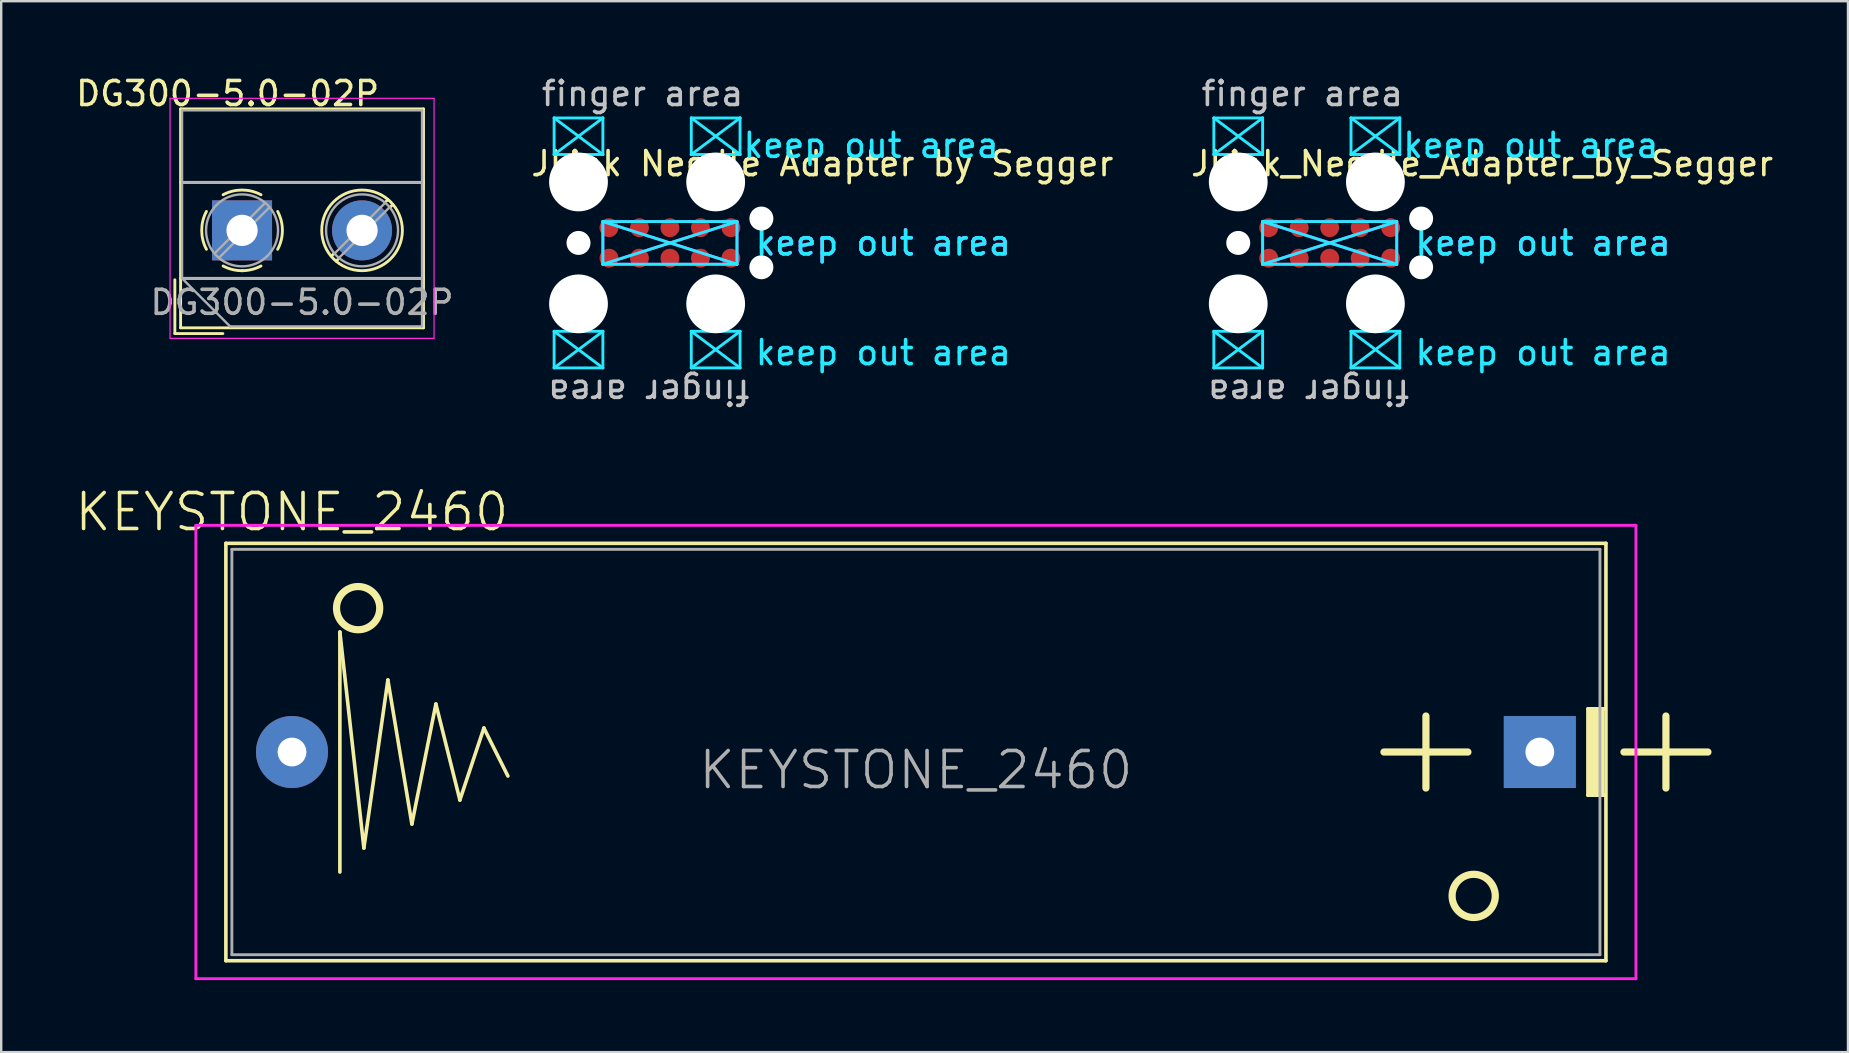
<source format=kicad_pcb>
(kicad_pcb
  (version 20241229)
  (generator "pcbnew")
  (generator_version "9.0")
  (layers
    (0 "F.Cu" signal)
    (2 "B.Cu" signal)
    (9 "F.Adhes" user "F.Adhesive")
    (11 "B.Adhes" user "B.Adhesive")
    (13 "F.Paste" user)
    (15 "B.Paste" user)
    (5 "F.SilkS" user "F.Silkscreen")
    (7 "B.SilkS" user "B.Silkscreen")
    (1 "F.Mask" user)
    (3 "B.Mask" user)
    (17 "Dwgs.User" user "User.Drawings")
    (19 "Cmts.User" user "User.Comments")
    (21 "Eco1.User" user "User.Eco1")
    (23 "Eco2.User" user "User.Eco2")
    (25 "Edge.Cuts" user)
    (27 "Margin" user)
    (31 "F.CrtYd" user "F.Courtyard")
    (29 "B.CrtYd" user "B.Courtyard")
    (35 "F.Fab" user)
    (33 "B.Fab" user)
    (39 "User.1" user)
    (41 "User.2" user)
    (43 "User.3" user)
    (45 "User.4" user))
  (footprint "DG300-5.0-02P"
    (layer "F.Cu")
    (at 7.035 6.548)
    (property "Reference" "DG300-5.0-02P" (at -0.6 -5.7 0) (layer "F.SilkS") (effects (font (size 1 1) (thickness 0.15))))
    (attr through_hole)
    (fp_line (start -2.8 2.06) (end -2.8 4.3) (stroke (width 0.12) (type solid)) (layer "F.SilkS"))
    (fp_line (start -2.8 4.3) (end -0.8 4.3) (stroke (width 0.12) (type solid)) (layer "F.SilkS"))
    (fp_line (start -2.56 -5.06) (end -2.56 4.06) (stroke (width 0.12) (type solid)) (layer "F.SilkS"))
    (fp_line (start -2.56 -5.06) (end 7.56 -5.06) (stroke (width 0.12) (type solid)) (layer "F.SilkS"))
    (fp_line (start -2.56 -2) (end 7.56 -2) (stroke (width 0.12) (type solid)) (layer "F.SilkS"))
    (fp_line (start -2.56 2) (end 7.56 2) (stroke (width 0.12) (type solid)) (layer "F.SilkS"))
    (fp_line (start -2.56 4.06) (end 7.56 4.06) (stroke (width 0.12) (type solid)) (layer "F.SilkS"))
    (fp_line (start 3.82 0.976) (end 3.726 1.069) (stroke (width 0.12) (type solid)) (layer "F.SilkS"))
    (fp_line (start 3.99 1.216) (end 3.931 1.274) (stroke (width 0.12) (type solid)) (layer "F.SilkS"))
    (fp_line (start 6.07 -1.275) (end 6.011 -1.216) (stroke (width 0.12) (type solid)) (layer "F.SilkS"))
    (fp_line (start 6.275 -1.069) (end 6.181 -0.976) (stroke (width 0.12) (type solid)) (layer "F.SilkS"))
    (fp_line (start 7.56 -5.06) (end 7.56 4.06) (stroke (width 0.12) (type solid)) (layer "F.SilkS"))
    (fp_arc (start -1.483953 0.789089) (mid -1.680708 0.00005) (end -1.484 -0.789) (stroke (width 0.12) (type solid)) (layer "F.SilkS"))
    (fp_arc (start -0.789089 -1.483953) (mid -0.00005 -1.680708) (end 0.789 -1.484) (stroke (width 0.12) (type solid)) (layer "F.SilkS"))
    (fp_arc (start 0.029383 1.68045) (mid -0.392304 1.634281) (end -0.789 1.484) (stroke (width 0.12) (type solid)) (layer "F.SilkS"))
    (fp_arc (start 0.788712 1.483352) (mid 0.406429 1.630097) (end 0 1.68) (stroke (width 0.12) (type solid)) (layer "F.SilkS"))
    (fp_arc (start 1.483953 -0.789089) (mid 1.680708 -0.00005) (end 1.484 0.789) (stroke (width 0.12) (type solid)) (layer "F.SilkS"))
    (fp_circle (center 5 0) (end 6.68 0) (stroke (width 0.12) (type solid)) (fill no) (layer "F.SilkS"))
    (fp_line (start -3 -5.5) (end -3 4.5) (stroke (width 0.05) (type solid)) (layer "F.CrtYd"))
    (fp_line (start -3 4.5) (end 8 4.5) (stroke (width 0.05) (type solid)) (layer "F.CrtYd"))
    (fp_line (start 8 -5.5) (end -3 -5.5) (stroke (width 0.05) (type solid)) (layer "F.CrtYd"))
    (fp_line (start 8 4.5) (end 8 -5.5) (stroke (width 0.05) (type solid)) (layer "F.CrtYd"))
    (fp_line (start -2.5 -5) (end 7.5 -5) (stroke (width 0.1) (type solid)) (layer "F.Fab"))
    (fp_line (start -2.5 -2) (end 7.5 -2) (stroke (width 0.1) (type solid)) (layer "F.Fab"))
    (fp_line (start -2.5 2) (end -2.5 -5) (stroke (width 0.1) (type solid)) (layer "F.Fab"))
    (fp_line (start -2.5 2) (end 7.5 2) (stroke (width 0.1) (type solid)) (layer "F.Fab"))
    (fp_line (start -0.5 4) (end -2.5 2) (stroke (width 0.1) (type solid)) (layer "F.Fab"))
    (fp_line (start 0.955 -1.138) (end -1.138 0.955) (stroke (width 0.1) (type solid)) (layer "F.Fab"))
    (fp_line (start 1.138 -0.955) (end -0.955 1.138) (stroke (width 0.1) (type solid)) (layer "F.Fab"))
    (fp_line (start 5.955 -1.138) (end 3.863 0.955) (stroke (width 0.1) (type solid)) (layer "F.Fab"))
    (fp_line (start 6.138 -0.955) (end 4.046 1.138) (stroke (width 0.1) (type solid)) (layer "F.Fab"))
    (fp_line (start 7.5 -5) (end 7.5 4) (stroke (width 0.1) (type solid)) (layer "F.Fab"))
    (fp_line (start 7.5 4) (end -0.5 4) (stroke (width 0.1) (type solid)) (layer "F.Fab"))
    (fp_circle (center 0 0) (end 1.5 0) (stroke (width 0.1) (type solid)) (fill no) (layer "F.Fab"))
    (fp_circle (center 5 0) (end 6.5 0) (stroke (width 0.1) (type solid)) (fill no) (layer "F.Fab"))
    (fp_text user "${REFERENCE}" (at 2.5 3 0) (layer "F.Fab") (effects (font (size 1 1) (thickness 0.15))))
    (pad "1" thru_hole rect (at 0 0) (size 2.5 2.5) (drill 1.3) (layers "*.Cu" "*.Mask"))
    (pad "2" thru_hole circle (at 5 0) (size 2.5 2.5) (drill 1.3) (layers "*.Cu" "*.Mask")))
  (footprint "JLink Needle Adapter by Segger"
    (layer "F.Cu")
    (at 21.053 7.071)
    (property "Reference" "JLink Needle Adapter by Segger" (at 10.16 -3.302 0) (layer "F.SilkS") (effects (font (size 1 1) (thickness 0.15))))
    (attr through_hole)
    (fp_line (start -1.016 -5.207) (end -1.016 -3.683) (stroke (width 0.12) (type solid)) (layer "B.CrtYd"))
    (fp_line (start -1.016 -5.207) (end 1.016 -3.683) (stroke (width 0.12) (type solid)) (layer "B.CrtYd"))
    (fp_line (start -1.016 -3.683) (end 1.016 -3.683) (stroke (width 0.12) (type solid)) (layer "B.CrtYd"))
    (fp_line (start -1.016 3.683) (end -1.016 5.207) (stroke (width 0.12) (type solid)) (layer "B.CrtYd"))
    (fp_line (start -1.016 5.207) (end 1.016 3.683) (stroke (width 0.12) (type solid)) (layer "B.CrtYd"))
    (fp_line (start -1.016 5.207) (end 1.016 5.207) (stroke (width 0.12) (type solid)) (layer "B.CrtYd"))
    (fp_line (start 1.016 -5.207) (end -1.016 -5.207) (stroke (width 0.12) (type solid)) (layer "B.CrtYd"))
    (fp_line (start 1.016 -5.207) (end -1.016 -3.683) (stroke (width 0.12) (type solid)) (layer "B.CrtYd"))
    (fp_line (start 1.016 -3.683) (end 1.016 -5.207) (stroke (width 0.12) (type solid)) (layer "B.CrtYd"))
    (fp_line (start 1.016 -0.889) (end 1.016 0.889) (stroke (width 0.12) (type solid)) (layer "B.CrtYd"))
    (fp_line (start 1.016 -0.889) (end 6.604 -0.889) (stroke (width 0.12) (type solid)) (layer "B.CrtYd"))
    (fp_line (start 1.016 0.889) (end 6.604 -0.889) (stroke (width 0.12) (type solid)) (layer "B.CrtYd"))
    (fp_line (start 1.016 0.889) (end 6.604 0.889) (stroke (width 0.12) (type solid)) (layer "B.CrtYd"))
    (fp_line (start 1.016 3.683) (end -1.016 3.683) (stroke (width 0.12) (type solid)) (layer "B.CrtYd"))
    (fp_line (start 1.016 5.207) (end -1.016 3.683) (stroke (width 0.12) (type solid)) (layer "B.CrtYd"))
    (fp_line (start 1.016 5.207) (end 1.016 3.683) (stroke (width 0.12) (type solid)) (layer "B.CrtYd"))
    (fp_line (start 4.699 -5.207) (end 4.699 -3.683) (stroke (width 0.12) (type solid)) (layer "B.CrtYd"))
    (fp_line (start 4.699 -3.683) (end 6.731 -5.207) (stroke (width 0.12) (type solid)) (layer "B.CrtYd"))
    (fp_line (start 4.699 -3.683) (end 6.731 -3.683) (stroke (width 0.12) (type solid)) (layer "B.CrtYd"))
    (fp_line (start 4.699 3.683) (end 4.699 5.207) (stroke (width 0.12) (type solid)) (layer "B.CrtYd"))
    (fp_line (start 4.699 5.207) (end 6.731 3.683) (stroke (width 0.12) (type solid)) (layer "B.CrtYd"))
    (fp_line (start 4.699 5.207) (end 6.731 5.207) (stroke (width 0.12) (type solid)) (layer "B.CrtYd"))
    (fp_line (start 6.604 0.889) (end 1.016 -0.889) (stroke (width 0.12) (type solid)) (layer "B.CrtYd"))
    (fp_line (start 6.604 0.889) (end 6.604 -0.889) (stroke (width 0.12) (type solid)) (layer "B.CrtYd"))
    (fp_line (start 6.731 -5.207) (end 4.699 -5.207) (stroke (width 0.12) (type solid)) (layer "B.CrtYd"))
    (fp_line (start 6.731 -3.683) (end 4.699 -5.207) (stroke (width 0.12) (type solid)) (layer "B.CrtYd"))
    (fp_line (start 6.731 -3.683) (end 6.731 -5.207) (stroke (width 0.12) (type solid)) (layer "B.CrtYd"))
    (fp_line (start 6.731 3.683) (end 4.699 3.683) (stroke (width 0.12) (type solid)) (layer "B.CrtYd"))
    (fp_line (start 6.731 5.207) (end 4.699 3.683) (stroke (width 0.12) (type solid)) (layer "B.CrtYd"))
    (fp_line (start 6.731 5.207) (end 6.731 3.683) (stroke (width 0.12) (type solid)) (layer "B.CrtYd"))
    (fp_line (start 1.016 -0.889) (end 6.604 -0.889) (stroke (width 0.12) (type solid)) (layer "F.CrtYd"))
    (fp_line (start 1.016 0.889) (end 1.016 -0.889) (stroke (width 0.12) (type solid)) (layer "F.CrtYd"))
    (fp_line (start 1.016 0.889) (end 6.604 -0.889) (stroke (width 0.12) (type solid)) (layer "F.CrtYd"))
    (fp_line (start 1.143 0.889) (end 1.016 0.889) (stroke (width 0.12) (type solid)) (layer "F.CrtYd"))
    (fp_line (start 6.604 -0.889) (end 6.604 0.889) (stroke (width 0.12) (type solid)) (layer "F.CrtYd"))
    (fp_line (start 6.604 0.889) (end 1.016 -0.889) (stroke (width 0.12) (type solid)) (layer "F.CrtYd"))
    (fp_line (start 6.604 0.889) (end 1.143 0.889) (stroke (width 0.12) (type solid)) (layer "F.CrtYd"))
    (fp_text user "finger area" (at 2.921 6.223 180) (unlocked yes) (layer "Dwgs.User") (effects (font (size 1 1) (thickness 0.15))))
    (fp_text user "finger area" (at 2.667 -6.223 0) (layer "Dwgs.User") (effects (font (size 1 1) (thickness 0.15))))
    (fp_text user "keep out area" (at 12.192 -4.064 0) (layer "B.CrtYd") (effects (font (size 1 1) (thickness 0.15))))
    (fp_text user "keep out area" (at 12.7 4.572 0) (layer "B.CrtYd") (effects (font (size 1 1) (thickness 0.15))))
    (fp_text user "keep out area" (at 12.7 0 0) (layer "B.CrtYd") (effects (font (size 1 1) (thickness 0.15))))
    (fp_text user "keep out area" (at 12.7 0 0) (layer "F.CrtYd") (effects (font (size 1 1) (thickness 0.15))))
    (pad "" np_thru_hole circle (at 0 -2.54) (size 2.45 2.45) (drill 2.45) (layers "*.Cu" "*.Mask"))
    (pad "" np_thru_hole circle (at 0 0) (size 1 1) (drill 1) (layers "*.Cu" "*.Mask"))
    (pad "" np_thru_hole circle (at 0 2.54) (size 2.45 2.45) (drill 2.45) (layers "*.Cu" "*.Mask"))
    (pad "" np_thru_hole circle (at 5.715 -2.54) (size 2.45 2.45) (drill 2.45) (layers "*.Cu" "*.Mask"))
    (pad "" np_thru_hole circle (at 5.715 2.54) (size 2.45 2.45) (drill 2.45) (layers "*.Cu" "*.Mask"))
    (pad "" np_thru_hole circle (at 7.62 -1.015) (size 1 1) (drill 1) (layers "*.Cu" "*.Mask"))
    (pad "" np_thru_hole circle (at 7.62 1.015) (size 1 1) (drill 1) (layers "*.Cu" "*.Mask"))
    (pad "1" connect circle (at 1.27 0.635) (size 0.787 0.787) (layers "F.Cu" "F.Mask"))
    (pad "2" connect circle (at 2.54 0.635) (size 0.787 0.787) (layers "F.Cu" "F.Mask"))
    (pad "3" connect circle (at 3.81 0.635) (size 0.787 0.787) (layers "F.Cu" "F.Mask"))
    (pad "4" connect circle (at 5.08 0.635) (size 0.787 0.787) (layers "F.Cu" "F.Mask"))
    (pad "5" connect circle (at 6.35 0.635) (size 0.787 0.787) (layers "F.Cu" "F.Mask"))
    (pad "6" connect circle (at 6.35 -0.635) (size 0.787 0.787) (layers "F.Cu" "F.Mask"))
    (pad "7" connect circle (at 5.08 -0.635) (size 0.787 0.787) (layers "F.Cu" "F.Mask"))
    (pad "8" connect circle (at 3.81 -0.635) (size 0.787 0.787) (layers "F.Cu" "F.Mask"))
    (pad "9" connect circle (at 2.54 -0.635) (size 0.787 0.787) (layers "F.Cu" "F.Mask"))
    (pad "10" connect circle (at 1.27 -0.635) (size 0.787 0.787) (layers "F.Cu" "F.Mask")))
  (footprint "KEYSTONE_2460"
    (layer "F.Cu")
    (at 35.111 28.283)
    (property "Reference" "KEYSTONE_2460" (at -26 -10 0) (layer "F.SilkS") (effects (font (size 1.5 1.5) (thickness 0.15))))
    (attr through_hole)
    (fp_line (start -28.75 -8.695) (end 28.75 -8.695) (stroke (width 0.15) (type solid)) (layer "F.SilkS"))
    (fp_line (start -28.75 8.695) (end -28.75 -8.695) (stroke (width 0.15) (type solid)) (layer "F.SilkS"))
    (fp_line (start -24 -5) (end -23 4) (stroke (width 0.15) (type solid)) (layer "F.SilkS"))
    (fp_line (start -24 5) (end -24 -5) (stroke (width 0.15) (type solid)) (layer "F.SilkS"))
    (fp_line (start -23 4) (end -22 -3) (stroke (width 0.15) (type solid)) (layer "F.SilkS"))
    (fp_line (start -22 -3) (end -21 3) (stroke (width 0.15) (type solid)) (layer "F.SilkS"))
    (fp_line (start -21 3) (end -20 -2) (stroke (width 0.15) (type solid)) (layer "F.SilkS"))
    (fp_line (start -20 -2) (end -19 2) (stroke (width 0.15) (type solid)) (layer "F.SilkS"))
    (fp_line (start -19 2) (end -18 -1) (stroke (width 0.15) (type solid)) (layer "F.SilkS"))
    (fp_line (start -18 -1) (end -17 1) (stroke (width 0.15) (type solid)) (layer "F.SilkS"))
    (fp_line (start 19.5 0) (end 23 0) (stroke (width 0.3) (type solid)) (layer "F.SilkS"))
    (fp_line (start 21.25 1.5) (end 21.25 -1.5) (stroke (width 0.3) (type solid)) (layer "F.SilkS"))
    (fp_line (start 28 -1.8) (end 28 1.8) (stroke (width 0.15) (type solid)) (layer "F.SilkS"))
    (fp_line (start 28 1.8) (end 28.7 1.8) (stroke (width 0.15) (type solid)) (layer "F.SilkS"))
    (fp_line (start 28.1 1.8) (end 28.1 -1.8) (stroke (width 0.15) (type solid)) (layer "F.SilkS"))
    (fp_line (start 28.2 1.8) (end 28.2 -1.8) (stroke (width 0.15) (type solid)) (layer "F.SilkS"))
    (fp_line (start 28.3 1.8) (end 28.3 -1.8) (stroke (width 0.15) (type solid)) (layer "F.SilkS"))
    (fp_line (start 28.4 1.8) (end 28.4 -1.8) (stroke (width 0.15) (type solid)) (layer "F.SilkS"))
    (fp_line (start 28.5 1.8) (end 28.5 -1.8) (stroke (width 0.15) (type solid)) (layer "F.SilkS"))
    (fp_line (start 28.6 1.8) (end 28.6 -1.8) (stroke (width 0.15) (type solid)) (layer "F.SilkS"))
    (fp_line (start 28.7 -1.8) (end 28 -1.8) (stroke (width 0.15) (type solid)) (layer "F.SilkS"))
    (fp_line (start 28.75 -8.695) (end 28.75 8.695) (stroke (width 0.15) (type solid)) (layer "F.SilkS"))
    (fp_line (start 28.75 8.695) (end -28.75 8.695) (stroke (width 0.15) (type solid)) (layer "F.SilkS"))
    (fp_line (start 29.5 0) (end 33 0) (stroke (width 0.3) (type solid)) (layer "F.SilkS"))
    (fp_line (start 31.25 1.5) (end 31.25 -1.5) (stroke (width 0.3) (type solid)) (layer "F.SilkS"))
    (fp_circle (center -23.24 -5.995) (end -22.34 -5.995) (stroke (width 0.3) (type solid)) (fill no) (layer "F.SilkS"))
    (fp_circle (center 23.24 5.995) (end 24.14 5.995) (stroke (width 0.3) (type solid)) (fill no) (layer "F.SilkS"))
    (fp_line (start -30 -9.445) (end 30 -9.445) (stroke (width 0.12) (type solid)) (layer "F.CrtYd"))
    (fp_line (start -30 9.445) (end -30 -9.445) (stroke (width 0.12) (type solid)) (layer "F.CrtYd"))
    (fp_line (start 30 -9.445) (end 30 9.445) (stroke (width 0.12) (type solid)) (layer "F.CrtYd"))
    (fp_line (start 30 9.445) (end -30 9.445) (stroke (width 0.12) (type solid)) (layer "F.CrtYd"))
    (fp_line (start -28.5 -8.445) (end -28.5 8.445) (stroke (width 0.12) (type solid)) (layer "F.Fab"))
    (fp_line (start 28.5 -8.445) (end -28.5 -8.445) (stroke (width 0.12) (type solid)) (layer "F.Fab"))
    (fp_line (start 28.5 -8.445) (end 28.5 8.445) (stroke (width 0.12) (type solid)) (layer "F.Fab"))
    (fp_line (start 28.5 8.445) (end -28.5 8.445) (stroke (width 0.12) (type solid)) (layer "F.Fab"))
    (fp_text user "${REFERENCE}" (at 0 0.75 0) (layer "F.Fab") (effects (font (size 1.5 1.5) (thickness 0.15))))
    (pad "1" thru_hole rect (at 25.995 0) (size 3 3) (drill 1.2) (layers "*.Cu" "*.Mask"))
    (pad "2" thru_hole circle (at -25.995 0) (size 3 3) (drill 1.2) (layers "*.Cu" "*.Mask")))
  (footprint "JLink_Needle_Adapter_by_Segger"
    (layer "F.Cu")
    (at 48.541 7.071)
    (property "Reference" "JLink_Needle_Adapter_by_Segger" (at 10.16 -3.302 0) (layer "F.SilkS") (effects (font (size 1 1) (thickness 0.15))))
    (attr through_hole)
    (fp_line (start -1.016 -5.207) (end -1.016 -3.683) (stroke (width 0.12) (type solid)) (layer "B.CrtYd"))
    (fp_line (start -1.016 -5.207) (end 1.016 -3.683) (stroke (width 0.12) (type solid)) (layer "B.CrtYd"))
    (fp_line (start -1.016 -3.683) (end 1.016 -3.683) (stroke (width 0.12) (type solid)) (layer "B.CrtYd"))
    (fp_line (start -1.016 3.683) (end -1.016 5.207) (stroke (width 0.12) (type solid)) (layer "B.CrtYd"))
    (fp_line (start -1.016 5.207) (end 1.016 3.683) (stroke (width 0.12) (type solid)) (layer "B.CrtYd"))
    (fp_line (start -1.016 5.207) (end 1.016 5.207) (stroke (width 0.12) (type solid)) (layer "B.CrtYd"))
    (fp_line (start 1.016 -5.207) (end -1.016 -5.207) (stroke (width 0.12) (type solid)) (layer "B.CrtYd"))
    (fp_line (start 1.016 -5.207) (end -1.016 -3.683) (stroke (width 0.12) (type solid)) (layer "B.CrtYd"))
    (fp_line (start 1.016 -3.683) (end 1.016 -5.207) (stroke (width 0.12) (type solid)) (layer "B.CrtYd"))
    (fp_line (start 1.016 -0.889) (end 1.016 0.889) (stroke (width 0.12) (type solid)) (layer "B.CrtYd"))
    (fp_line (start 1.016 -0.889) (end 6.604 -0.889) (stroke (width 0.12) (type solid)) (layer "B.CrtYd"))
    (fp_line (start 1.016 0.889) (end 6.604 -0.889) (stroke (width 0.12) (type solid)) (layer "B.CrtYd"))
    (fp_line (start 1.016 0.889) (end 6.604 0.889) (stroke (width 0.12) (type solid)) (layer "B.CrtYd"))
    (fp_line (start 1.016 3.683) (end -1.016 3.683) (stroke (width 0.12) (type solid)) (layer "B.CrtYd"))
    (fp_line (start 1.016 5.207) (end -1.016 3.683) (stroke (width 0.12) (type solid)) (layer "B.CrtYd"))
    (fp_line (start 1.016 5.207) (end 1.016 3.683) (stroke (width 0.12) (type solid)) (layer "B.CrtYd"))
    (fp_line (start 4.699 -5.207) (end 4.699 -3.683) (stroke (width 0.12) (type solid)) (layer "B.CrtYd"))
    (fp_line (start 4.699 -3.683) (end 6.731 -5.207) (stroke (width 0.12) (type solid)) (layer "B.CrtYd"))
    (fp_line (start 4.699 -3.683) (end 6.731 -3.683) (stroke (width 0.12) (type solid)) (layer "B.CrtYd"))
    (fp_line (start 4.699 3.683) (end 4.699 5.207) (stroke (width 0.12) (type solid)) (layer "B.CrtYd"))
    (fp_line (start 4.699 5.207) (end 6.731 3.683) (stroke (width 0.12) (type solid)) (layer "B.CrtYd"))
    (fp_line (start 4.699 5.207) (end 6.731 5.207) (stroke (width 0.12) (type solid)) (layer "B.CrtYd"))
    (fp_line (start 6.604 0.889) (end 1.016 -0.889) (stroke (width 0.12) (type solid)) (layer "B.CrtYd"))
    (fp_line (start 6.604 0.889) (end 6.604 -0.889) (stroke (width 0.12) (type solid)) (layer "B.CrtYd"))
    (fp_line (start 6.731 -5.207) (end 4.699 -5.207) (stroke (width 0.12) (type solid)) (layer "B.CrtYd"))
    (fp_line (start 6.731 -3.683) (end 4.699 -5.207) (stroke (width 0.12) (type solid)) (layer "B.CrtYd"))
    (fp_line (start 6.731 -3.683) (end 6.731 -5.207) (stroke (width 0.12) (type solid)) (layer "B.CrtYd"))
    (fp_line (start 6.731 3.683) (end 4.699 3.683) (stroke (width 0.12) (type solid)) (layer "B.CrtYd"))
    (fp_line (start 6.731 5.207) (end 4.699 3.683) (stroke (width 0.12) (type solid)) (layer "B.CrtYd"))
    (fp_line (start 6.731 5.207) (end 6.731 3.683) (stroke (width 0.12) (type solid)) (layer "B.CrtYd"))
    (fp_line (start 1.016 -0.889) (end 6.604 -0.889) (stroke (width 0.12) (type solid)) (layer "F.CrtYd"))
    (fp_line (start 1.016 0.889) (end 1.016 -0.889) (stroke (width 0.12) (type solid)) (layer "F.CrtYd"))
    (fp_line (start 1.016 0.889) (end 6.604 -0.889) (stroke (width 0.12) (type solid)) (layer "F.CrtYd"))
    (fp_line (start 1.143 0.889) (end 1.016 0.889) (stroke (width 0.12) (type solid)) (layer "F.CrtYd"))
    (fp_line (start 6.604 -0.889) (end 6.604 0.889) (stroke (width 0.12) (type solid)) (layer "F.CrtYd"))
    (fp_line (start 6.604 0.889) (end 1.016 -0.889) (stroke (width 0.12) (type solid)) (layer "F.CrtYd"))
    (fp_line (start 6.604 0.889) (end 1.143 0.889) (stroke (width 0.12) (type solid)) (layer "F.CrtYd"))
    (fp_text user "finger area" (at 2.667 -6.223 0) (layer "Dwgs.User") (effects (font (size 1 1) (thickness 0.15))))
    (fp_text user "finger area" (at 2.921 6.223 180) (unlocked yes) (layer "Dwgs.User") (effects (font (size 1 1) (thickness 0.15))))
    (fp_text user "keep out area" (at 12.192 -4.064 0) (layer "B.CrtYd") (effects (font (size 1 1) (thickness 0.15))))
    (fp_text user "keep out area" (at 12.7 4.572 0) (layer "B.CrtYd") (effects (font (size 1 1) (thickness 0.15))))
    (fp_text user "keep out area" (at 12.7 0 0) (layer "B.CrtYd") (effects (font (size 1 1) (thickness 0.15))))
    (fp_text user "keep out area" (at 12.7 0 0) (layer "F.CrtYd") (effects (font (size 1 1) (thickness 0.15))))
    (pad "" np_thru_hole circle (at 0 -2.54) (size 2.45 2.45) (drill 2.45) (layers "*.Cu" "*.Mask"))
    (pad "" np_thru_hole circle (at 0 0) (size 1 1) (drill 1) (layers "*.Cu" "*.Mask"))
    (pad "" np_thru_hole circle (at 0 2.54) (size 2.45 2.45) (drill 2.45) (layers "*.Cu" "*.Mask"))
    (pad "" np_thru_hole circle (at 5.715 -2.54) (size 2.45 2.45) (drill 2.45) (layers "*.Cu" "*.Mask"))
    (pad "" np_thru_hole circle (at 5.715 2.54) (size 2.45 2.45) (drill 2.45) (layers "*.Cu" "*.Mask"))
    (pad "" np_thru_hole circle (at 7.62 -1.015) (size 1 1) (drill 1) (layers "*.Cu" "*.Mask"))
    (pad "" np_thru_hole circle (at 7.62 1.015) (size 1 1) (drill 1) (layers "*.Cu" "*.Mask"))
    (pad "1" connect circle (at 1.27 0.635) (size 0.787 0.787) (layers "F.Cu" "F.Mask"))
    (pad "2" connect circle (at 2.54 0.635) (size 0.787 0.787) (layers "F.Cu" "F.Mask"))
    (pad "3" connect circle (at 3.81 0.635) (size 0.787 0.787) (layers "F.Cu" "F.Mask"))
    (pad "4" connect circle (at 5.08 0.635) (size 0.787 0.787) (layers "F.Cu" "F.Mask"))
    (pad "5" connect circle (at 6.35 0.635) (size 0.787 0.787) (layers "F.Cu" "F.Mask"))
    (pad "6" connect circle (at 6.35 -0.635) (size 0.787 0.787) (layers "F.Cu" "F.Mask"))
    (pad "7" connect circle (at 5.08 -0.635) (size 0.787 0.787) (layers "F.Cu" "F.Mask"))
    (pad "8" connect circle (at 3.81 -0.635) (size 0.787 0.787) (layers "F.Cu" "F.Mask"))
    (pad "9" connect circle (at 2.54 -0.635) (size 0.787 0.787) (layers "F.Cu" "F.Mask"))
    (pad "10" connect circle (at 1.27 -0.635) (size 0.787 0.787) (layers "F.Cu" "F.Mask")))
  (gr_rect
    (start -3 -3)
    (end 73.945 40.788)
    (stroke (width 0.1) (type default))
    (fill no)
    (layer "Edge.Cuts")))
</source>
